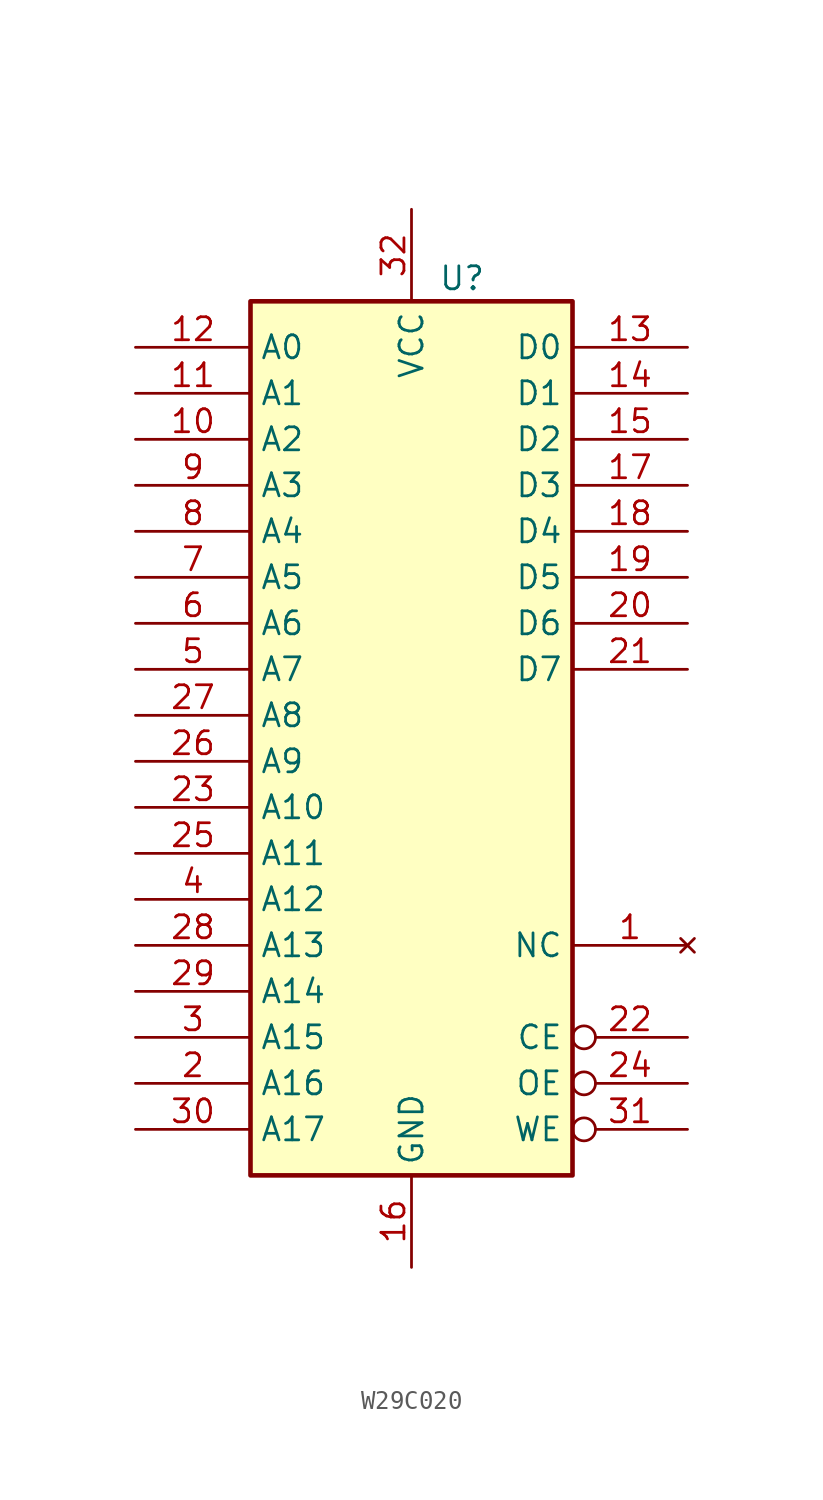
<source format=kicad_sym>
(kicad_symbol_lib
  (version 20241209)
  (generator "kicad_symbol_editor")
  (generator_version "9.0")
  (symbol "W29C020"
    (property "Reference" "U"
      (at 2.794 25.4 0)
      (effects (font (size 1.27 1.27))))
    (property "Value" ""
      (at -15.24 30.48 0)
      (effects (font (size 1.27 1.27))))
    (symbol "W29C020_0_1"
      (rectangle (start -8.89 24.13) (end 8.89 -24.13) (stroke (width 0.254) (type default)) (fill (type background))))
    (symbol "W29C020_1_1"
      (pin input line (at -15.24 21.59 0) (length 6.35) (name "A0" (effects (font (size 1.27 1.27)))) (number "12" (effects (font (size 1.27 1.27)))))
      (pin input line (at -15.24 19.05 0) (length 6.35) (name "A1" (effects (font (size 1.27 1.27)))) (number "11" (effects (font (size 1.27 1.27)))))
      (pin input line (at -15.24 16.51 0) (length 6.35) (name "A2" (effects (font (size 1.27 1.27)))) (number "10" (effects (font (size 1.27 1.27)))))
      (pin input line (at -15.24 13.97 0) (length 6.35) (name "A3" (effects (font (size 1.27 1.27)))) (number "9" (effects (font (size 1.27 1.27)))))
      (pin input line (at -15.24 11.43 0) (length 6.35) (name "A4" (effects (font (size 1.27 1.27)))) (number "8" (effects (font (size 1.27 1.27)))))
      (pin input line (at -15.24 8.89 0) (length 6.35) (name "A5" (effects (font (size 1.27 1.27)))) (number "7" (effects (font (size 1.27 1.27)))))
      (pin input line (at -15.24 6.35 0) (length 6.35) (name "A6" (effects (font (size 1.27 1.27)))) (number "6" (effects (font (size 1.27 1.27)))))
      (pin input line (at -15.24 3.81 0) (length 6.35) (name "A7" (effects (font (size 1.27 1.27)))) (number "5" (effects (font (size 1.27 1.27)))))
      (pin input line (at -15.24 1.27 0) (length 6.35) (name "A8" (effects (font (size 1.27 1.27)))) (number "27" (effects (font (size 1.27 1.27)))))
      (pin input line (at -15.24 -1.27 0) (length 6.35) (name "A9" (effects (font (size 1.27 1.27)))) (number "26" (effects (font (size 1.27 1.27)))))
      (pin input line (at -15.24 -3.81 0) (length 6.35) (name "A10" (effects (font (size 1.27 1.27)))) (number "23" (effects (font (size 1.27 1.27)))))
      (pin input line (at -15.24 -6.35 0) (length 6.35) (name "A11" (effects (font (size 1.27 1.27)))) (number "25" (effects (font (size 1.27 1.27)))))
      (pin input line (at -15.24 -8.89 0) (length 6.35) (name "A12" (effects (font (size 1.27 1.27)))) (number "4" (effects (font (size 1.27 1.27)))))
      (pin input line (at -15.24 -11.43 0) (length 6.35) (name "A13" (effects (font (size 1.27 1.27)))) (number "28" (effects (font (size 1.27 1.27)))))
      (pin input line (at -15.24 -13.97 0) (length 6.35) (name "A14" (effects (font (size 1.27 1.27)))) (number "29" (effects (font (size 1.27 1.27)))))
      (pin input line (at -15.24 -16.51 0) (length 6.35) (name "A15" (effects (font (size 1.27 1.27)))) (number "3" (effects (font (size 1.27 1.27)))))
      (pin input line (at -15.24 -19.05 0) (length 6.35) (name "A16" (effects (font (size 1.27 1.27)))) (number "2" (effects (font (size 1.27 1.27)))))
      (pin input line (at -15.24 -21.59 0) (length 6.35) (name "A17" (effects (font (size 1.27 1.27)))) (number "30" (effects (font (size 1.27 1.27)))))
      (pin power_in line (at 0 29.21 270) (length 5.08) (name "VCC" (effects (font (size 1.27 1.27)))) (number "32" (effects (font (size 1.27 1.27)))))
      (pin power_in line (at 0 -29.21 90) (length 5.08) (name "GND" (effects (font (size 1.27 1.27)))) (number "16" (effects (font (size 1.27 1.27)))))
      (pin tri_state line (at 15.24 21.59 180) (length 6.35) (name "D0" (effects (font (size 1.27 1.27)))) (number "13" (effects (font (size 1.27 1.27)))))
      (pin tri_state line (at 15.24 19.05 180) (length 6.35) (name "D1" (effects (font (size 1.27 1.27)))) (number "14" (effects (font (size 1.27 1.27)))))
      (pin tri_state line (at 15.24 16.51 180) (length 6.35) (name "D2" (effects (font (size 1.27 1.27)))) (number "15" (effects (font (size 1.27 1.27)))))
      (pin tri_state line (at 15.24 13.97 180) (length 6.35) (name "D3" (effects (font (size 1.27 1.27)))) (number "17" (effects (font (size 1.27 1.27)))))
      (pin tri_state line (at 15.24 11.43 180) (length 6.35) (name "D4" (effects (font (size 1.27 1.27)))) (number "18" (effects (font (size 1.27 1.27)))))
      (pin tri_state line (at 15.24 8.89 180) (length 6.35) (name "D5" (effects (font (size 1.27 1.27)))) (number "19" (effects (font (size 1.27 1.27)))))
      (pin tri_state line (at 15.24 6.35 180) (length 6.35) (name "D6" (effects (font (size 1.27 1.27)))) (number "20" (effects (font (size 1.27 1.27)))))
      (pin tri_state line (at 15.24 3.81 180) (length 6.35) (name "D7" (effects (font (size 1.27 1.27)))) (number "21" (effects (font (size 1.27 1.27)))))
      (pin no_connect line (at 15.24 -11.43 180) (length 6.35) (name "NC" (effects (font (size 1.27 1.27)))) (number "1" (effects (font (size 1.27 1.27)))))
      (pin input inverted (at 15.24 -16.51 180) (length 6.35) (name "CE" (effects (font (size 1.27 1.27)))) (number "22" (effects (font (size 1.27 1.27)))))
      (pin input inverted (at 15.24 -19.05 180) (length 6.35) (name "OE" (effects (font (size 1.27 1.27)))) (number "24" (effects (font (size 1.27 1.27)))))
      (pin input inverted (at 15.24 -21.59 180) (length 6.35) (name "WE" (effects (font (size 1.27 1.27)))) (number "31" (effects (font (size 1.27 1.27))))))))
</source>
